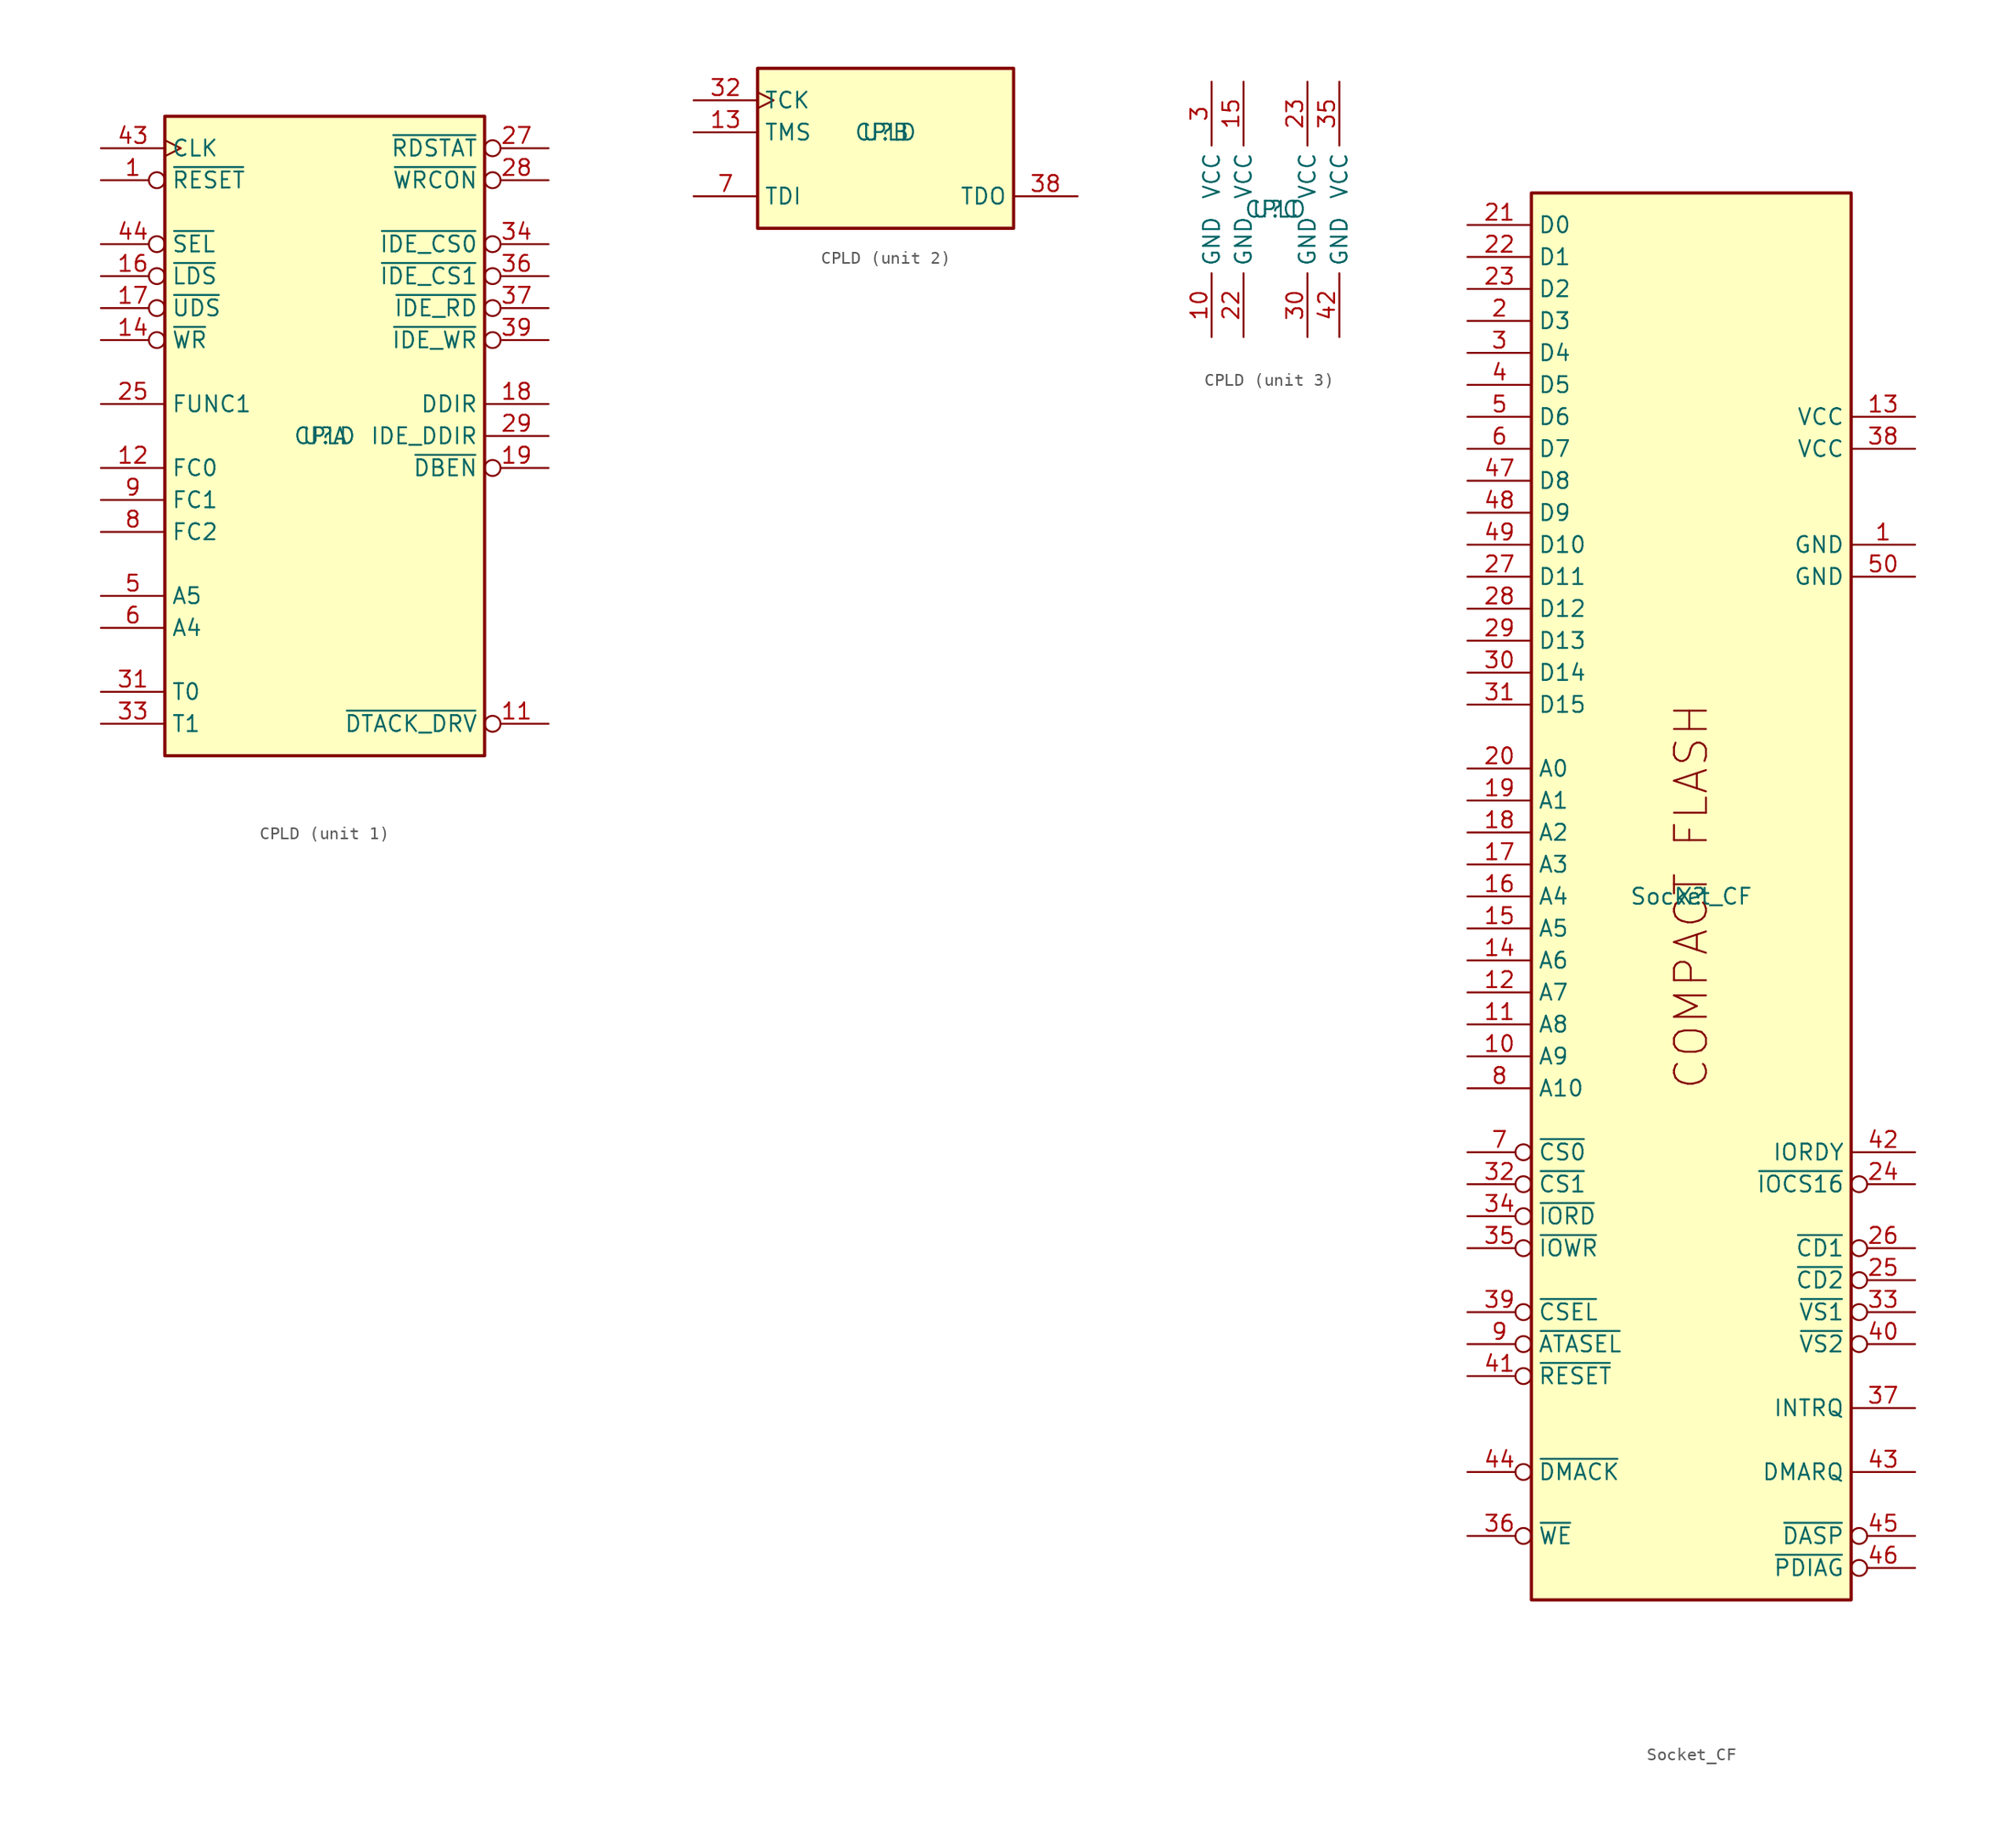
<source format=kicad_sym>
(kicad_symbol_lib
  (version 20220914)
  (generator kicad_symbol_editor)
  (symbol "CPLD"
    (property "Reference" "U"
      (at 0 0 0)
      (effects (font (size 1.27 1.27))))
    (property "Value" "CPLD"
      (at 0 0 0)
      (effects (font (size 1.27 1.27))))
    (property "ki_locked" ""
      (at 0 0 0)
      (effects (font (size 1.27 1.27))))
    (symbol "CPLD_1_1"
      (rectangle (start -12.7 25.4) (end 12.7 -25.4) (stroke (width 0.254) (type default)) (fill (type background)))
      (pin input inverted (at -17.78 20.32 0) (length 5.08) (name "~{RESET}" (effects (font (size 1.27 1.27)))) (number "1" (effects (font (size 1.27 1.27)))))
      (pin output inverted (at 17.78 -22.86 180) (length 5.08) (name "~{DTACK_DRV}" (effects (font (size 1.27 1.27)))) (number "11" (effects (font (size 1.27 1.27)))))
      (pin input line (at -17.78 -2.54 0) (length 5.08) (name "FC0" (effects (font (size 1.27 1.27)))) (number "12" (effects (font (size 1.27 1.27)))))
      (pin input inverted (at -17.78 7.62 0) (length 5.08) (name "~{WR}" (effects (font (size 1.27 1.27)))) (number "14" (effects (font (size 1.27 1.27)))))
      (pin input inverted (at -17.78 12.7 0) (length 5.08) (name "~{LDS}" (effects (font (size 1.27 1.27)))) (number "16" (effects (font (size 1.27 1.27)))))
      (pin input inverted (at -17.78 10.16 0) (length 5.08) (name "~{UDS}" (effects (font (size 1.27 1.27)))) (number "17" (effects (font (size 1.27 1.27)))))
      (pin output line (at 17.78 2.54 180) (length 5.08) (name "DDIR" (effects (font (size 1.27 1.27)))) (number "18" (effects (font (size 1.27 1.27)))))
      (pin output inverted (at 17.78 -2.54 180) (length 5.08) (name "~{DBEN}" (effects (font (size 1.27 1.27)))) (number "19" (effects (font (size 1.27 1.27)))))
      (pin input line (at -17.78 2.54 0) (length 5.08) (name "FUNC1" (effects (font (size 1.27 1.27)))) (number "25" (effects (font (size 1.27 1.27)))))
      (pin output inverted (at 17.78 22.86 180) (length 5.08) (name "~{RDSTAT}" (effects (font (size 1.27 1.27)))) (number "27" (effects (font (size 1.27 1.27)))))
      (pin output inverted (at 17.78 20.32 180) (length 5.08) (name "~{WRCON}" (effects (font (size 1.27 1.27)))) (number "28" (effects (font (size 1.27 1.27)))))
      (pin output line (at 17.78 0 180) (length 5.08) (name "IDE_DDIR" (effects (font (size 1.27 1.27)))) (number "29" (effects (font (size 1.27 1.27)))))
      (pin input line (at -17.78 -20.32 0) (length 5.08) (name "T0" (effects (font (size 1.27 1.27)))) (number "31" (effects (font (size 1.27 1.27)))))
      (pin input line (at -17.78 -22.86 0) (length 5.08) (name "T1" (effects (font (size 1.27 1.27)))) (number "33" (effects (font (size 1.27 1.27)))))
      (pin output inverted (at 17.78 15.24 180) (length 5.08) (name "~{IDE_CS0}" (effects (font (size 1.27 1.27)))) (number "34" (effects (font (size 1.27 1.27)))))
      (pin output inverted (at 17.78 12.7 180) (length 5.08) (name "~{IDE_CS1}" (effects (font (size 1.27 1.27)))) (number "36" (effects (font (size 1.27 1.27)))))
      (pin output inverted (at 17.78 10.16 180) (length 5.08) (name "~{IDE_RD}" (effects (font (size 1.27 1.27)))) (number "37" (effects (font (size 1.27 1.27)))))
      (pin output inverted (at 17.78 7.62 180) (length 5.08) (name "~{IDE_WR}" (effects (font (size 1.27 1.27)))) (number "39" (effects (font (size 1.27 1.27)))))
      (pin input clock (at -17.78 22.86 0) (length 5.08) (name "CLK" (effects (font (size 1.27 1.27)))) (number "43" (effects (font (size 1.27 1.27)))))
      (pin input inverted (at -17.78 15.24 0) (length 5.08) (name "~{SEL}" (effects (font (size 1.27 1.27)))) (number "44" (effects (font (size 1.27 1.27)))))
      (pin input line (at -17.78 -12.7 0) (length 5.08) (name "A5" (effects (font (size 1.27 1.27)))) (number "5" (effects (font (size 1.27 1.27)))))
      (pin input line (at -17.78 -15.24 0) (length 5.08) (name "A4" (effects (font (size 1.27 1.27)))) (number "6" (effects (font (size 1.27 1.27)))))
      (pin input line (at -17.78 -7.62 0) (length 5.08) (name "FC2" (effects (font (size 1.27 1.27)))) (number "8" (effects (font (size 1.27 1.27)))))
      (pin input line (at -17.78 -5.08 0) (length 5.08) (name "FC1" (effects (font (size 1.27 1.27)))) (number "9" (effects (font (size 1.27 1.27))))))
    (symbol "CPLD_2_1"
      (rectangle (start -10.16 5.08) (end 10.16 -7.62) (stroke (width 0.254) (type default)) (fill (type background)))
      (pin input line (at -15.24 0 0) (length 5.08) (name "TMS" (effects (font (size 1.27 1.27)))) (number "13" (effects (font (size 1.27 1.27)))))
      (pin input clock (at -15.24 2.54 0) (length 5.08) (name "TCK" (effects (font (size 1.27 1.27)))) (number "32" (effects (font (size 1.27 1.27)))))
      (pin output line (at 15.24 -5.08 180) (length 5.08) (name "TDO" (effects (font (size 1.27 1.27)))) (number "38" (effects (font (size 1.27 1.27)))))
      (pin input line (at -15.24 -5.08 0) (length 5.08) (name "TDI" (effects (font (size 1.27 1.27)))) (number "7" (effects (font (size 1.27 1.27))))))
    (symbol "CPLD_3_1"
      (pin power_in line (at -5.08 -10.16 90) (length 5.08) (name "GND" (effects (font (size 1.27 1.27)))) (number "10" (effects (font (size 1.27 1.27)))))
      (pin power_in line (at -2.54 10.16 270) (length 5.08) (name "VCC" (effects (font (size 1.27 1.27)))) (number "15" (effects (font (size 1.27 1.27)))))
      (pin power_in line (at -2.54 -10.16 90) (length 5.08) (name "GND" (effects (font (size 1.27 1.27)))) (number "22" (effects (font (size 1.27 1.27)))))
      (pin power_in line (at 2.54 10.16 270) (length 5.08) (name "VCC" (effects (font (size 1.27 1.27)))) (number "23" (effects (font (size 1.27 1.27)))))
      (pin power_in line (at -5.08 10.16 270) (length 5.08) (name "VCC" (effects (font (size 1.27 1.27)))) (number "3" (effects (font (size 1.27 1.27)))))
      (pin power_in line (at 2.54 -10.16 90) (length 5.08) (name "GND" (effects (font (size 1.27 1.27)))) (number "30" (effects (font (size 1.27 1.27)))))
      (pin power_in line (at 5.08 10.16 270) (length 5.08) (name "VCC" (effects (font (size 1.27 1.27)))) (number "35" (effects (font (size 1.27 1.27)))))
      (pin power_in line (at 5.08 -10.16 90) (length 5.08) (name "GND" (effects (font (size 1.27 1.27)))) (number "42" (effects (font (size 1.27 1.27)))))))
  (symbol "Socket_CF"
    (property "Reference" "X"
      (at 0 0 0)
      (effects (font (size 1.27 1.27))))
    (property "Value" "Socket_CF"
      (at 0 0 0)
      (effects (font (size 1.27 1.27))))
    (symbol "Socket_CF_0_1"
      (rectangle (start -12.7 55.88) (end 12.7 -55.88) (stroke (width 0.254) (type default)) (fill (type background))))
    (symbol "Socket_CF_1_0"
      (text "COMPACT FLASH" (at 0 0 900) (effects (font (size 2.54 2.54)))))
    (symbol "Socket_CF_1_1"
      (pin power_in line (at 17.78 27.94 180) (length 5.08) (name "GND" (effects (font (size 1.27 1.27)))) (number "1" (effects (font (size 1.27 1.27)))))
      (pin input line (at -17.78 -12.7 0) (length 5.08) (name "A9" (effects (font (size 1.27 1.27)))) (number "10" (effects (font (size 1.27 1.27)))))
      (pin input line (at -17.78 -10.16 0) (length 5.08) (name "A8" (effects (font (size 1.27 1.27)))) (number "11" (effects (font (size 1.27 1.27)))))
      (pin input line (at -17.78 -7.62 0) (length 5.08) (name "A7" (effects (font (size 1.27 1.27)))) (number "12" (effects (font (size 1.27 1.27)))))
      (pin power_in line (at 17.78 38.1 180) (length 5.08) (name "VCC" (effects (font (size 1.27 1.27)))) (number "13" (effects (font (size 1.27 1.27)))))
      (pin input line (at -17.78 -5.08 0) (length 5.08) (name "A6" (effects (font (size 1.27 1.27)))) (number "14" (effects (font (size 1.27 1.27)))))
      (pin input line (at -17.78 -2.54 0) (length 5.08) (name "A5" (effects (font (size 1.27 1.27)))) (number "15" (effects (font (size 1.27 1.27)))))
      (pin input line (at -17.78 0 0) (length 5.08) (name "A4" (effects (font (size 1.27 1.27)))) (number "16" (effects (font (size 1.27 1.27)))))
      (pin input line (at -17.78 2.54 0) (length 5.08) (name "A3" (effects (font (size 1.27 1.27)))) (number "17" (effects (font (size 1.27 1.27)))))
      (pin input line (at -17.78 5.08 0) (length 5.08) (name "A2" (effects (font (size 1.27 1.27)))) (number "18" (effects (font (size 1.27 1.27)))))
      (pin input line (at -17.78 7.62 0) (length 5.08) (name "A1" (effects (font (size 1.27 1.27)))) (number "19" (effects (font (size 1.27 1.27)))))
      (pin bidirectional line (at -17.78 45.72 0) (length 5.08) (name "D3" (effects (font (size 1.27 1.27)))) (number "2" (effects (font (size 1.27 1.27)))))
      (pin input line (at -17.78 10.16 0) (length 5.08) (name "A0" (effects (font (size 1.27 1.27)))) (number "20" (effects (font (size 1.27 1.27)))))
      (pin bidirectional line (at -17.78 53.34 0) (length 5.08) (name "D0" (effects (font (size 1.27 1.27)))) (number "21" (effects (font (size 1.27 1.27)))))
      (pin bidirectional line (at -17.78 50.8 0) (length 5.08) (name "D1" (effects (font (size 1.27 1.27)))) (number "22" (effects (font (size 1.27 1.27)))))
      (pin bidirectional line (at -17.78 48.26 0) (length 5.08) (name "D2" (effects (font (size 1.27 1.27)))) (number "23" (effects (font (size 1.27 1.27)))))
      (pin output inverted (at 17.78 -22.86 180) (length 5.08) (name "~{IOCS16}" (effects (font (size 1.27 1.27)))) (number "24" (effects (font (size 1.27 1.27)))))
      (pin output inverted (at 17.78 -30.48 180) (length 5.08) (name "~{CD2}" (effects (font (size 1.27 1.27)))) (number "25" (effects (font (size 1.27 1.27)))))
      (pin output inverted (at 17.78 -27.94 180) (length 5.08) (name "~{CD1}" (effects (font (size 1.27 1.27)))) (number "26" (effects (font (size 1.27 1.27)))))
      (pin bidirectional line (at -17.78 25.4 0) (length 5.08) (name "D11" (effects (font (size 1.27 1.27)))) (number "27" (effects (font (size 1.27 1.27)))))
      (pin bidirectional line (at -17.78 22.86 0) (length 5.08) (name "D12" (effects (font (size 1.27 1.27)))) (number "28" (effects (font (size 1.27 1.27)))))
      (pin bidirectional line (at -17.78 20.32 0) (length 5.08) (name "D13" (effects (font (size 1.27 1.27)))) (number "29" (effects (font (size 1.27 1.27)))))
      (pin bidirectional line (at -17.78 43.18 0) (length 5.08) (name "D4" (effects (font (size 1.27 1.27)))) (number "3" (effects (font (size 1.27 1.27)))))
      (pin bidirectional line (at -17.78 17.78 0) (length 5.08) (name "D14" (effects (font (size 1.27 1.27)))) (number "30" (effects (font (size 1.27 1.27)))))
      (pin bidirectional line (at -17.78 15.24 0) (length 5.08) (name "D15" (effects (font (size 1.27 1.27)))) (number "31" (effects (font (size 1.27 1.27)))))
      (pin input inverted (at -17.78 -22.86 0) (length 5.08) (name "~{CS1}" (effects (font (size 1.27 1.27)))) (number "32" (effects (font (size 1.27 1.27)))))
      (pin output inverted (at 17.78 -33.02 180) (length 5.08) (name "~{VS1}" (effects (font (size 1.27 1.27)))) (number "33" (effects (font (size 1.27 1.27)))))
      (pin input inverted (at -17.78 -25.4 0) (length 5.08) (name "~{IORD}" (effects (font (size 1.27 1.27)))) (number "34" (effects (font (size 1.27 1.27)))))
      (pin input inverted (at -17.78 -27.94 0) (length 5.08) (name "~{IOWR}" (effects (font (size 1.27 1.27)))) (number "35" (effects (font (size 1.27 1.27)))))
      (pin input inverted (at -17.78 -50.8 0) (length 5.08) (name "~{WE}" (effects (font (size 1.27 1.27)))) (number "36" (effects (font (size 1.27 1.27)))))
      (pin output line (at 17.78 -40.64 180) (length 5.08) (name "INTRQ" (effects (font (size 1.27 1.27)))) (number "37" (effects (font (size 1.27 1.27)))))
      (pin power_in line (at 17.78 35.56 180) (length 5.08) (name "VCC" (effects (font (size 1.27 1.27)))) (number "38" (effects (font (size 1.27 1.27)))))
      (pin input inverted (at -17.78 -33.02 0) (length 5.08) (name "~{CSEL}" (effects (font (size 1.27 1.27)))) (number "39" (effects (font (size 1.27 1.27)))))
      (pin bidirectional line (at -17.78 40.64 0) (length 5.08) (name "D5" (effects (font (size 1.27 1.27)))) (number "4" (effects (font (size 1.27 1.27)))))
      (pin output inverted (at 17.78 -35.56 180) (length 5.08) (name "~{VS2}" (effects (font (size 1.27 1.27)))) (number "40" (effects (font (size 1.27 1.27)))))
      (pin input inverted (at -17.78 -38.1 0) (length 5.08) (name "~{RESET}" (effects (font (size 1.27 1.27)))) (number "41" (effects (font (size 1.27 1.27)))))
      (pin output line (at 17.78 -20.32 180) (length 5.08) (name "IORDY" (effects (font (size 1.27 1.27)))) (number "42" (effects (font (size 1.27 1.27)))))
      (pin output line (at 17.78 -45.72 180) (length 5.08) (name "DMARQ" (effects (font (size 1.27 1.27)))) (number "43" (effects (font (size 1.27 1.27)))))
      (pin input inverted (at -17.78 -45.72 0) (length 5.08) (name "~{DMACK}" (effects (font (size 1.27 1.27)))) (number "44" (effects (font (size 1.27 1.27)))))
      (pin bidirectional inverted (at 17.78 -50.8 180) (length 5.08) (name "~{DASP}" (effects (font (size 1.27 1.27)))) (number "45" (effects (font (size 1.27 1.27)))))
      (pin bidirectional inverted (at 17.78 -53.34 180) (length 5.08) (name "~{PDIAG}" (effects (font (size 1.27 1.27)))) (number "46" (effects (font (size 1.27 1.27)))))
      (pin bidirectional line (at -17.78 33.02 0) (length 5.08) (name "D8" (effects (font (size 1.27 1.27)))) (number "47" (effects (font (size 1.27 1.27)))))
      (pin bidirectional line (at -17.78 30.48 0) (length 5.08) (name "D9" (effects (font (size 1.27 1.27)))) (number "48" (effects (font (size 1.27 1.27)))))
      (pin bidirectional line (at -17.78 27.94 0) (length 5.08) (name "D10" (effects (font (size 1.27 1.27)))) (number "49" (effects (font (size 1.27 1.27)))))
      (pin bidirectional line (at -17.78 38.1 0) (length 5.08) (name "D6" (effects (font (size 1.27 1.27)))) (number "5" (effects (font (size 1.27 1.27)))))
      (pin power_in line (at 17.78 25.4 180) (length 5.08) (name "GND" (effects (font (size 1.27 1.27)))) (number "50" (effects (font (size 1.27 1.27)))))
      (pin bidirectional line (at -17.78 35.56 0) (length 5.08) (name "D7" (effects (font (size 1.27 1.27)))) (number "6" (effects (font (size 1.27 1.27)))))
      (pin input inverted (at -17.78 -20.32 0) (length 5.08) (name "~{CS0}" (effects (font (size 1.27 1.27)))) (number "7" (effects (font (size 1.27 1.27)))))
      (pin input line (at -17.78 -15.24 0) (length 5.08) (name "A10" (effects (font (size 1.27 1.27)))) (number "8" (effects (font (size 1.27 1.27)))))
      (pin input inverted (at -17.78 -35.56 0) (length 5.08) (name "~{ATASEL}" (effects (font (size 1.27 1.27)))) (number "9" (effects (font (size 1.27 1.27))))))))
</source>
